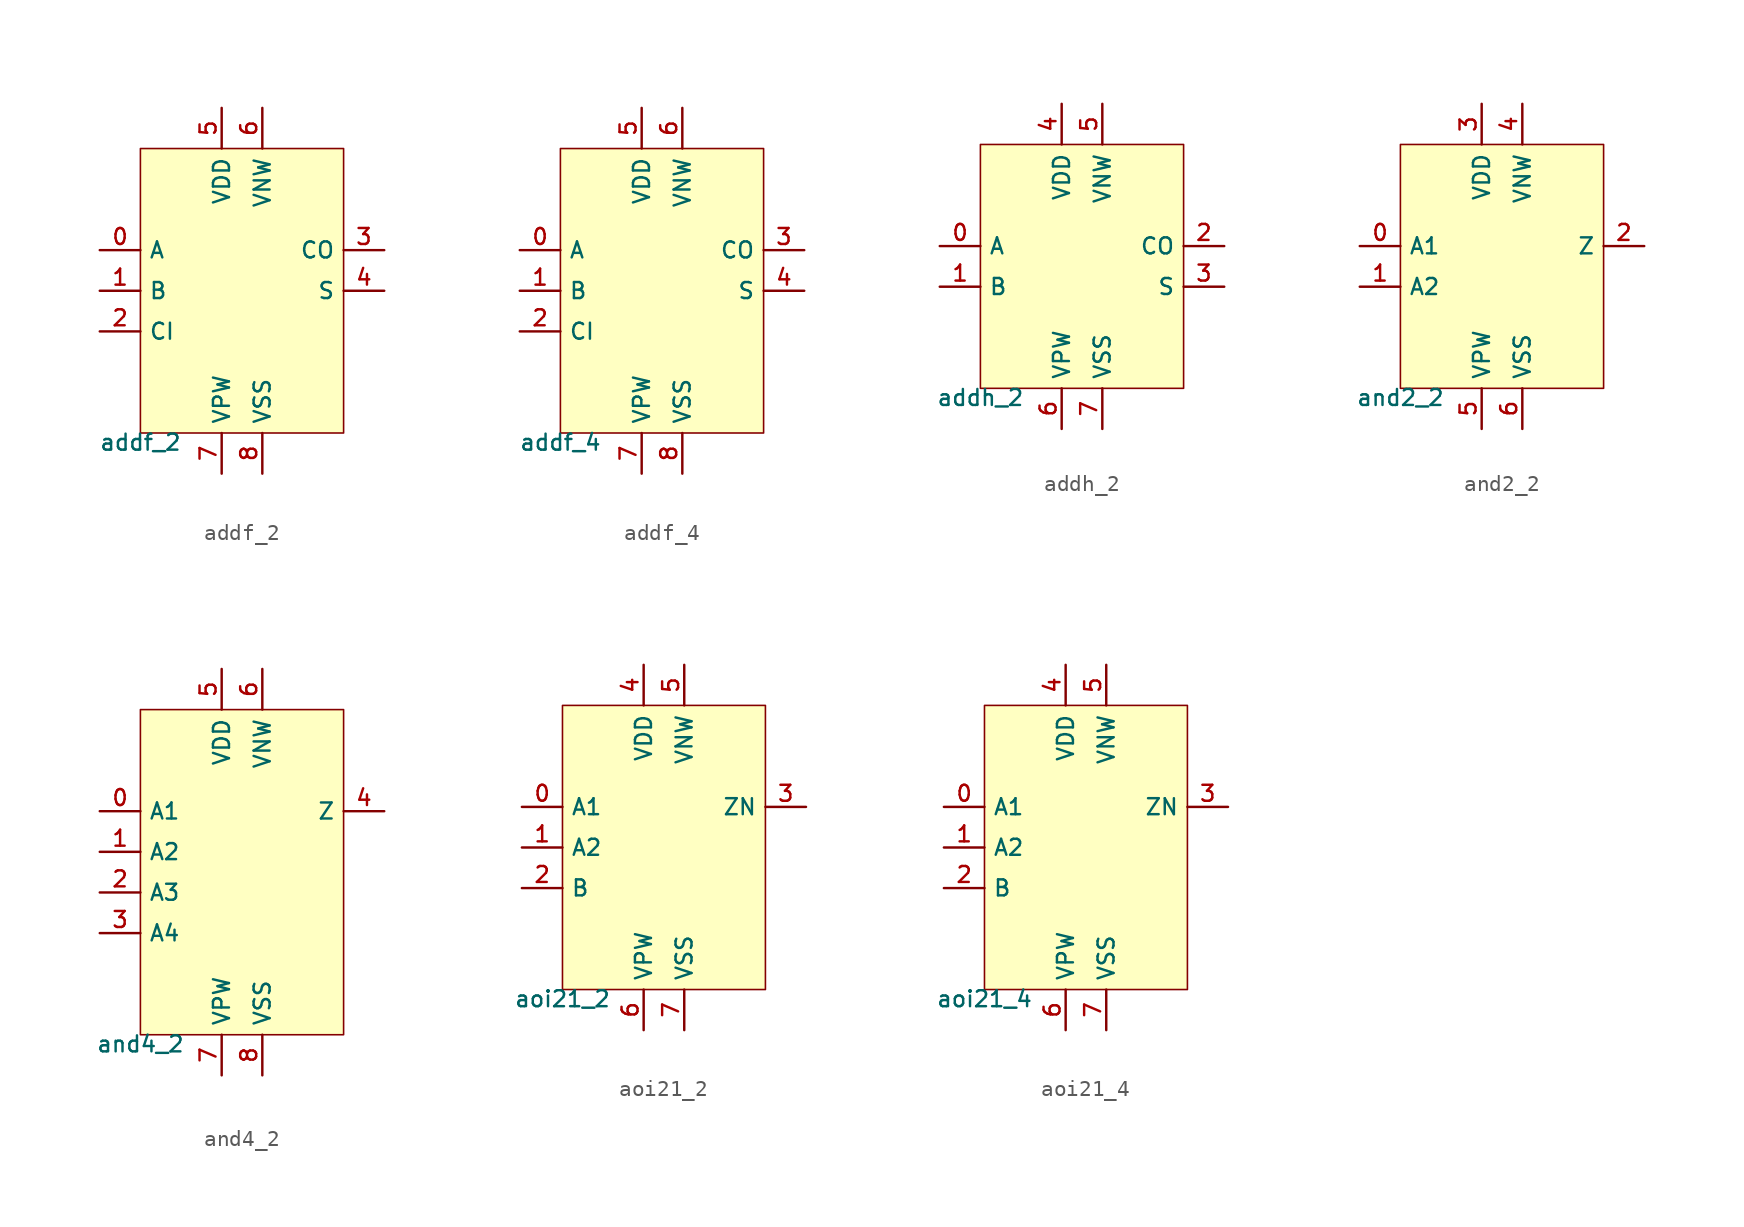
<source format=kicad_sym>
(kicad_symbol_lib
  (version 20211014)
  (generator pdk2kicad)
  (symbol "addf_2"
    (property "Reference" "X"
      (at 0 0 0)
      (effects (font (size 1 1)) hide))
    (property "Value" "addf_2"
      (at -6.35 -8.89 0)
      (effects (font (size 1 1)) (justify top)))
    (rectangle
      (start -6.35 -8.89)
      (end 6.35 8.89)
      (stroke (width 0.1) (type solid) (color 0 0 0 0))
      (fill (type background)))
    (pin input line
      (at -8.89 2.54 0)
      (length 2.54)
      (name "A" (effects (font (size 1 1)) hide))
      (number "0" (effects (font (size 1 1)) hide)))
    (pin input line
      (at -8.89 4.440892098500626e-16 0)
      (length 2.54)
      (name "B" (effects (font (size 1 1)) hide))
      (number "1" (effects (font (size 1 1)) hide)))
    (pin input line
      (at -8.89 -2.54 0)
      (length 2.54)
      (name "CI" (effects (font (size 1 1)) hide))
      (number "2" (effects (font (size 1 1)) hide)))
    (pin output line
      (at 8.89 2.54 180)
      (length 2.54)
      (name "CO" (effects (font (size 1 1)) hide))
      (number "3" (effects (font (size 1 1)) hide)))
    (pin output line
      (at 8.89 4.440892098500626e-16 180)
      (length 2.54)
      (name "S" (effects (font (size 1 1)) hide))
      (number "4" (effects (font (size 1 1)) hide)))
    (pin power_in line
      (at -1.27 11.43 270)
      (length 2.54)
      (name "VDD" (effects (font (size 1 1)) hide))
      (number "5" (effects (font (size 1 1)) hide)))
    (pin power_in line
      (at 1.27 11.43 270)
      (length 2.54)
      (name "VNW" (effects (font (size 1 1)) hide))
      (number "6" (effects (font (size 1 1)) hide)))
    (pin power_in line
      (at -1.27 -11.43 90)
      (length 2.54)
      (name "VPW" (effects (font (size 1 1)) hide))
      (number "7" (effects (font (size 1 1)) hide)))
    (pin power_in line
      (at 1.27 -11.43 90)
      (length 2.54)
      (name "VSS" (effects (font (size 1 1)) hide))
      (number "8" (effects (font (size 1 1)) hide))))
  (symbol "addf_4"
    (property "Reference" "X"
      (at 0 0 0)
      (effects (font (size 1 1)) hide))
    (property "Value" "addf_4"
      (at -6.35 -8.89 0)
      (effects (font (size 1 1)) (justify top)))
    (rectangle
      (start -6.35 -8.89)
      (end 6.35 8.89)
      (stroke (width 0.1) (type solid) (color 0 0 0 0))
      (fill (type background)))
    (pin input line
      (at -8.89 2.54 0)
      (length 2.54)
      (name "A" (effects (font (size 1 1)) hide))
      (number "0" (effects (font (size 1 1)) hide)))
    (pin input line
      (at -8.89 4.440892098500626e-16 0)
      (length 2.54)
      (name "B" (effects (font (size 1 1)) hide))
      (number "1" (effects (font (size 1 1)) hide)))
    (pin input line
      (at -8.89 -2.54 0)
      (length 2.54)
      (name "CI" (effects (font (size 1 1)) hide))
      (number "2" (effects (font (size 1 1)) hide)))
    (pin output line
      (at 8.89 2.54 180)
      (length 2.54)
      (name "CO" (effects (font (size 1 1)) hide))
      (number "3" (effects (font (size 1 1)) hide)))
    (pin output line
      (at 8.89 4.440892098500626e-16 180)
      (length 2.54)
      (name "S" (effects (font (size 1 1)) hide))
      (number "4" (effects (font (size 1 1)) hide)))
    (pin power_in line
      (at -1.27 11.43 270)
      (length 2.54)
      (name "VDD" (effects (font (size 1 1)) hide))
      (number "5" (effects (font (size 1 1)) hide)))
    (pin power_in line
      (at 1.27 11.43 270)
      (length 2.54)
      (name "VNW" (effects (font (size 1 1)) hide))
      (number "6" (effects (font (size 1 1)) hide)))
    (pin power_in line
      (at -1.27 -11.43 90)
      (length 2.54)
      (name "VPW" (effects (font (size 1 1)) hide))
      (number "7" (effects (font (size 1 1)) hide)))
    (pin power_in line
      (at 1.27 -11.43 90)
      (length 2.54)
      (name "VSS" (effects (font (size 1 1)) hide))
      (number "8" (effects (font (size 1 1)) hide))))
  (symbol "addh_2"
    (property "Reference" "X"
      (at 0 0 0)
      (effects (font (size 1 1)) hide))
    (property "Value" "addh_2"
      (at -6.35 -7.62 0)
      (effects (font (size 1 1)) (justify top)))
    (rectangle
      (start -6.35 -7.62)
      (end 6.35 7.62)
      (stroke (width 0.1) (type solid) (color 0 0 0 0))
      (fill (type background)))
    (pin input line
      (at -8.89 1.27 0)
      (length 2.54)
      (name "A" (effects (font (size 1 1)) hide))
      (number "0" (effects (font (size 1 1)) hide)))
    (pin input line
      (at -8.89 -1.27 0)
      (length 2.54)
      (name "B" (effects (font (size 1 1)) hide))
      (number "1" (effects (font (size 1 1)) hide)))
    (pin output line
      (at 8.89 1.27 180)
      (length 2.54)
      (name "CO" (effects (font (size 1 1)) hide))
      (number "2" (effects (font (size 1 1)) hide)))
    (pin output line
      (at 8.89 -1.27 180)
      (length 2.54)
      (name "S" (effects (font (size 1 1)) hide))
      (number "3" (effects (font (size 1 1)) hide)))
    (pin power_in line
      (at -1.27 10.16 270)
      (length 2.54)
      (name "VDD" (effects (font (size 1 1)) hide))
      (number "4" (effects (font (size 1 1)) hide)))
    (pin power_in line
      (at 1.27 10.16 270)
      (length 2.54)
      (name "VNW" (effects (font (size 1 1)) hide))
      (number "5" (effects (font (size 1 1)) hide)))
    (pin power_in line
      (at -1.27 -10.16 90)
      (length 2.54)
      (name "VPW" (effects (font (size 1 1)) hide))
      (number "6" (effects (font (size 1 1)) hide)))
    (pin power_in line
      (at 1.27 -10.16 90)
      (length 2.54)
      (name "VSS" (effects (font (size 1 1)) hide))
      (number "7" (effects (font (size 1 1)) hide))))
  (symbol "and2_2"
    (property "Reference" "X"
      (at 0 0 0)
      (effects (font (size 1 1)) hide))
    (property "Value" "and2_2"
      (at -6.35 -7.62 0)
      (effects (font (size 1 1)) (justify top)))
    (rectangle
      (start -6.35 -7.62)
      (end 6.35 7.62)
      (stroke (width 0.1) (type solid) (color 0 0 0 0))
      (fill (type background)))
    (pin input line
      (at -8.89 1.27 0)
      (length 2.54)
      (name "A1" (effects (font (size 1 1)) hide))
      (number "0" (effects (font (size 1 1)) hide)))
    (pin input line
      (at -8.89 -1.27 0)
      (length 2.54)
      (name "A2" (effects (font (size 1 1)) hide))
      (number "1" (effects (font (size 1 1)) hide)))
    (pin output line
      (at 8.89 1.27 180)
      (length 2.54)
      (name "Z" (effects (font (size 1 1)) hide))
      (number "2" (effects (font (size 1 1)) hide)))
    (pin power_in line
      (at -1.27 10.16 270)
      (length 2.54)
      (name "VDD" (effects (font (size 1 1)) hide))
      (number "3" (effects (font (size 1 1)) hide)))
    (pin power_in line
      (at 1.27 10.16 270)
      (length 2.54)
      (name "VNW" (effects (font (size 1 1)) hide))
      (number "4" (effects (font (size 1 1)) hide)))
    (pin power_in line
      (at -1.27 -10.16 90)
      (length 2.54)
      (name "VPW" (effects (font (size 1 1)) hide))
      (number "5" (effects (font (size 1 1)) hide)))
    (pin power_in line
      (at 1.27 -10.16 90)
      (length 2.54)
      (name "VSS" (effects (font (size 1 1)) hide))
      (number "6" (effects (font (size 1 1)) hide))))
  (symbol "and4_2"
    (property "Reference" "X"
      (at 0 0 0)
      (effects (font (size 1 1)) hide))
    (property "Value" "and4_2"
      (at -6.35 -10.16 0)
      (effects (font (size 1 1)) (justify top)))
    (rectangle
      (start -6.35 -10.16)
      (end 6.35 10.16)
      (stroke (width 0.1) (type solid) (color 0 0 0 0))
      (fill (type background)))
    (pin input line
      (at -8.89 3.81 0)
      (length 2.54)
      (name "A1" (effects (font (size 1 1)) hide))
      (number "0" (effects (font (size 1 1)) hide)))
    (pin input line
      (at -8.89 1.27 0)
      (length 2.54)
      (name "A2" (effects (font (size 1 1)) hide))
      (number "1" (effects (font (size 1 1)) hide)))
    (pin input line
      (at -8.89 -1.27 0)
      (length 2.54)
      (name "A3" (effects (font (size 1 1)) hide))
      (number "2" (effects (font (size 1 1)) hide)))
    (pin input line
      (at -8.89 -3.81 0)
      (length 2.54)
      (name "A4" (effects (font (size 1 1)) hide))
      (number "3" (effects (font (size 1 1)) hide)))
    (pin output line
      (at 8.89 3.81 180)
      (length 2.54)
      (name "Z" (effects (font (size 1 1)) hide))
      (number "4" (effects (font (size 1 1)) hide)))
    (pin power_in line
      (at -1.27 12.7 270)
      (length 2.54)
      (name "VDD" (effects (font (size 1 1)) hide))
      (number "5" (effects (font (size 1 1)) hide)))
    (pin power_in line
      (at 1.27 12.7 270)
      (length 2.54)
      (name "VNW" (effects (font (size 1 1)) hide))
      (number "6" (effects (font (size 1 1)) hide)))
    (pin power_in line
      (at -1.27 -12.7 90)
      (length 2.54)
      (name "VPW" (effects (font (size 1 1)) hide))
      (number "7" (effects (font (size 1 1)) hide)))
    (pin power_in line
      (at 1.27 -12.7 90)
      (length 2.54)
      (name "VSS" (effects (font (size 1 1)) hide))
      (number "8" (effects (font (size 1 1)) hide))))
  (symbol "aoi21_2"
    (property "Reference" "X"
      (at 0 0 0)
      (effects (font (size 1 1)) hide))
    (property "Value" "aoi21_2"
      (at -6.35 -8.89 0)
      (effects (font (size 1 1)) (justify top)))
    (rectangle
      (start -6.35 -8.89)
      (end 6.35 8.89)
      (stroke (width 0.1) (type solid) (color 0 0 0 0))
      (fill (type background)))
    (pin input line
      (at -8.89 2.54 0)
      (length 2.54)
      (name "A1" (effects (font (size 1 1)) hide))
      (number "0" (effects (font (size 1 1)) hide)))
    (pin input line
      (at -8.89 4.440892098500626e-16 0)
      (length 2.54)
      (name "A2" (effects (font (size 1 1)) hide))
      (number "1" (effects (font (size 1 1)) hide)))
    (pin input line
      (at -8.89 -2.54 0)
      (length 2.54)
      (name "B" (effects (font (size 1 1)) hide))
      (number "2" (effects (font (size 1 1)) hide)))
    (pin output line
      (at 8.89 2.54 180)
      (length 2.54)
      (name "ZN" (effects (font (size 1 1)) hide))
      (number "3" (effects (font (size 1 1)) hide)))
    (pin power_in line
      (at -1.27 11.43 270)
      (length 2.54)
      (name "VDD" (effects (font (size 1 1)) hide))
      (number "4" (effects (font (size 1 1)) hide)))
    (pin power_in line
      (at 1.27 11.43 270)
      (length 2.54)
      (name "VNW" (effects (font (size 1 1)) hide))
      (number "5" (effects (font (size 1 1)) hide)))
    (pin power_in line
      (at -1.27 -11.43 90)
      (length 2.54)
      (name "VPW" (effects (font (size 1 1)) hide))
      (number "6" (effects (font (size 1 1)) hide)))
    (pin power_in line
      (at 1.27 -11.43 90)
      (length 2.54)
      (name "VSS" (effects (font (size 1 1)) hide))
      (number "7" (effects (font (size 1 1)) hide))))
  (symbol "aoi21_4"
    (property "Reference" "X"
      (at 0 0 0)
      (effects (font (size 1 1)) hide))
    (property "Value" "aoi21_4"
      (at -6.35 -8.89 0)
      (effects (font (size 1 1)) (justify top)))
    (rectangle
      (start -6.35 -8.89)
      (end 6.35 8.89)
      (stroke (width 0.1) (type solid) (color 0 0 0 0))
      (fill (type background)))
    (pin input line
      (at -8.89 2.54 0)
      (length 2.54)
      (name "A1" (effects (font (size 1 1)) hide))
      (number "0" (effects (font (size 1 1)) hide)))
    (pin input line
      (at -8.89 4.440892098500626e-16 0)
      (length 2.54)
      (name "A2" (effects (font (size 1 1)) hide))
      (number "1" (effects (font (size 1 1)) hide)))
    (pin input line
      (at -8.89 -2.54 0)
      (length 2.54)
      (name "B" (effects (font (size 1 1)) hide))
      (number "2" (effects (font (size 1 1)) hide)))
    (pin output line
      (at 8.89 2.54 180)
      (length 2.54)
      (name "ZN" (effects (font (size 1 1)) hide))
      (number "3" (effects (font (size 1 1)) hide)))
    (pin power_in line
      (at -1.27 11.43 270)
      (length 2.54)
      (name "VDD" (effects (font (size 1 1)) hide))
      (number "4" (effects (font (size 1 1)) hide)))
    (pin power_in line
      (at 1.27 11.43 270)
      (length 2.54)
      (name "VNW" (effects (font (size 1 1)) hide))
      (number "5" (effects (font (size 1 1)) hide)))
    (pin power_in line
      (at -1.27 -11.43 90)
      (length 2.54)
      (name "VPW" (effects (font (size 1 1)) hide))
      (number "6" (effects (font (size 1 1)) hide)))
    (pin power_in line
      (at 1.27 -11.43 90)
      (length 2.54)
      (name "VSS" (effects (font (size 1 1)) hide))
      (number "7" (effects (font (size 1 1)) hide)))))
</source>
